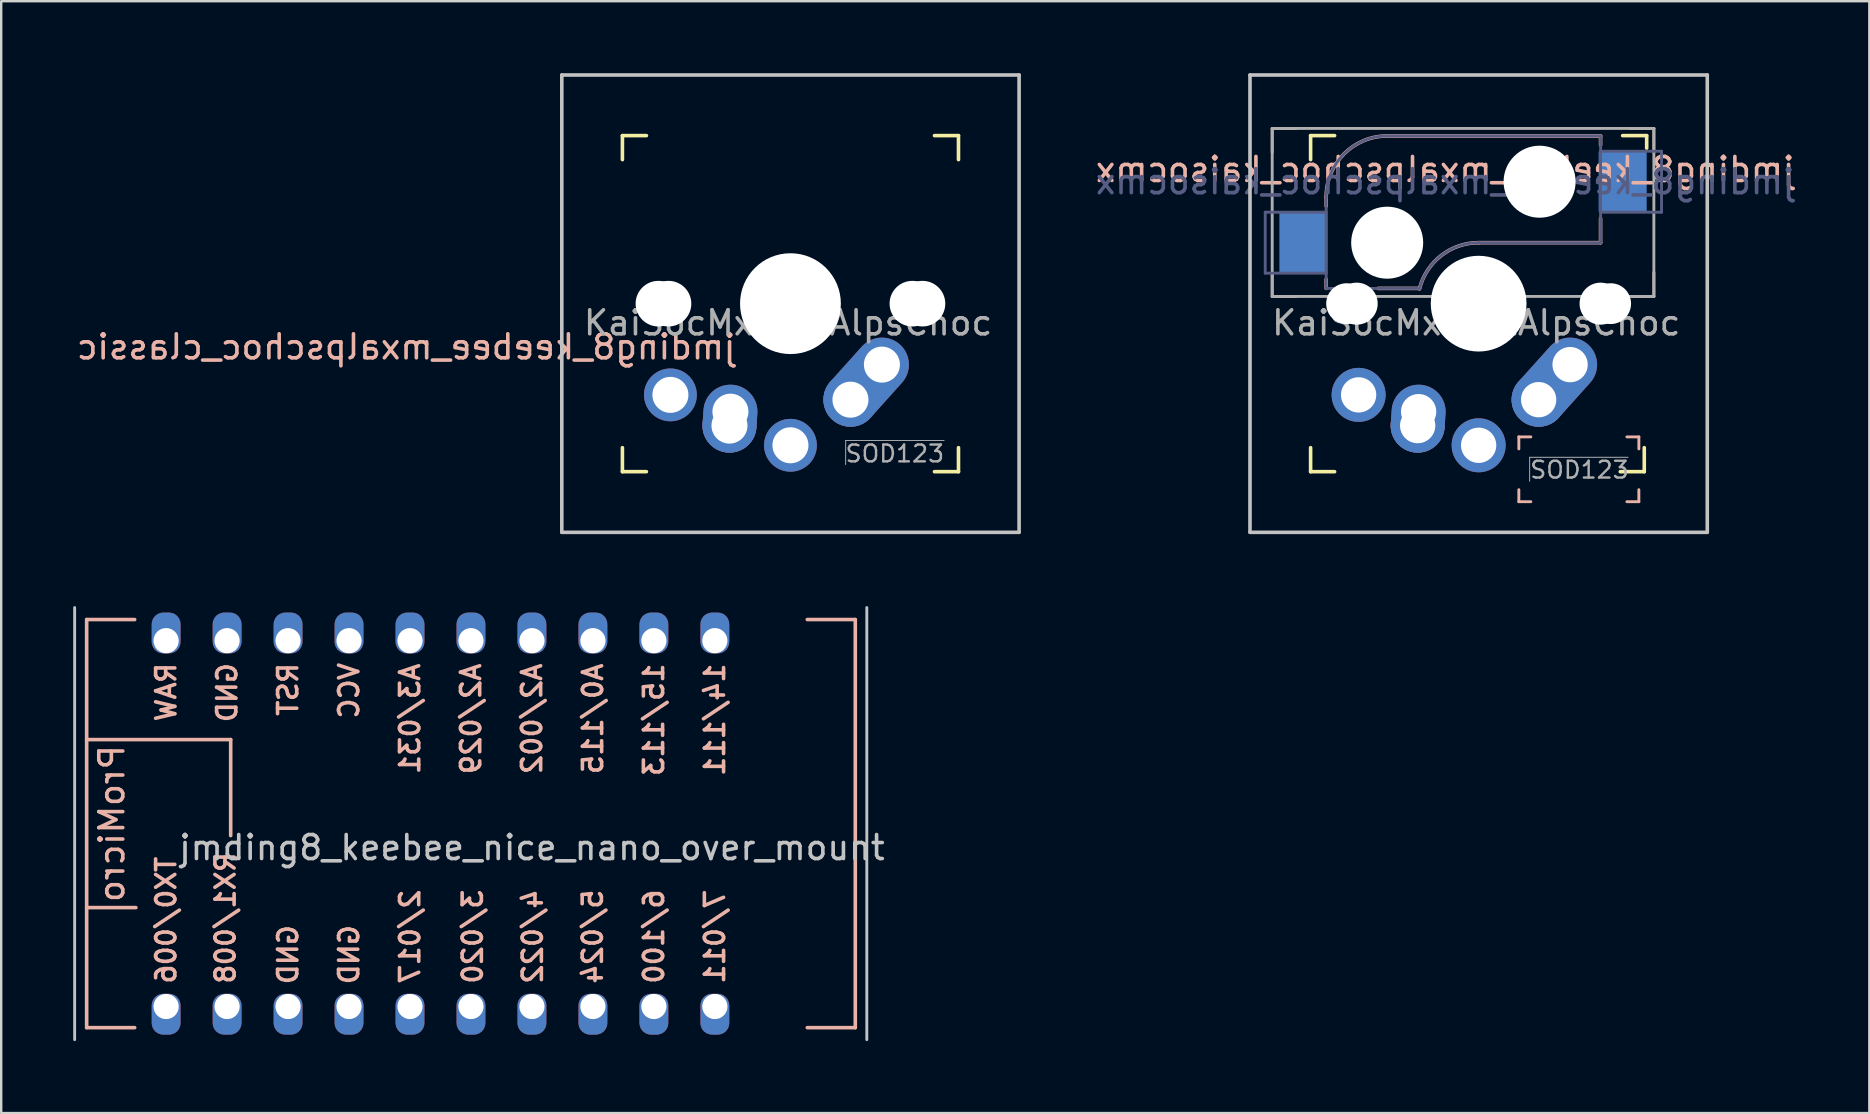
<source format=kicad_pcb>
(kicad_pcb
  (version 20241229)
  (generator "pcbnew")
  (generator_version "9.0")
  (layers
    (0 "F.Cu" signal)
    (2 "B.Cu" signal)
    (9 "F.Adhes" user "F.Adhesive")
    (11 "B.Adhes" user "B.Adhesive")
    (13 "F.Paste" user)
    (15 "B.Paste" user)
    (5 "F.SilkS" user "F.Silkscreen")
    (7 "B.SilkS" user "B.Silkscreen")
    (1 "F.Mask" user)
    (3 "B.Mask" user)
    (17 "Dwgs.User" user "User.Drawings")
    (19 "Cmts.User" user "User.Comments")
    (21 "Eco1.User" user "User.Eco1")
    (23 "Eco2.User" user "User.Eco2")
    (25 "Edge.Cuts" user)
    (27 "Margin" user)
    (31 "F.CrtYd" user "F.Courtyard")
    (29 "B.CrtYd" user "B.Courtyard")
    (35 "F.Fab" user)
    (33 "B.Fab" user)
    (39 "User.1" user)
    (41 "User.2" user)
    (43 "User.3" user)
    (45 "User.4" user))
  (footprint "jmding8_keebee_nice_nano_over_mount"
    (layer "F.Cu")
    (at 19.11 31.26)
    (property "Reference" "jmding8_keebee_nice_nano_over_mount" (at 0 1 0) (layer "Dwgs.User") (effects (font (size 1 1) (thickness 0.15))))
    (attr through_hole)
    (fp_line (start -18.55 -8.5) (end -18.55 8.5) (stroke (width 0.15) (type solid)) (layer "B.SilkS"))
    (fp_line (start -18.55 -3.5) (end -12.55 -3.5) (stroke (width 0.15) (type solid)) (layer "B.SilkS"))
    (fp_line (start -18.55 8.5) (end -16.55 8.5) (stroke (width 0.15) (type solid)) (layer "B.SilkS"))
    (fp_line (start -16.55 -8.5) (end -18.55 -8.5) (stroke (width 0.15) (type solid)) (layer "B.SilkS"))
    (fp_line (start -16.5 3.5) (end -18.55 3.5) (stroke (width 0.15) (type solid)) (layer "B.SilkS"))
    (fp_line (start -12.55 -3.5) (end -12.55 0.5) (stroke (width 0.15) (type solid)) (layer "B.SilkS"))
    (fp_line (start 11.47 8.5) (end 13.47 8.5) (stroke (width 0.15) (type solid)) (layer "B.SilkS"))
    (fp_line (start 13.47 -8.5) (end 11.47 -8.5) (stroke (width 0.15) (type solid)) (layer "B.SilkS"))
    (fp_line (start 13.47 -8.5) (end 13.47 8.5) (stroke (width 0.15) (type solid)) (layer "B.SilkS"))
    (fp_line (start -19.05 -9) (end -19.05 9) (stroke (width 0.12) (type solid)) (layer "Dwgs.User"))
    (fp_line (start 13.95 -9) (end 13.95 9) (stroke (width 0.12) (type solid)) (layer "Dwgs.User"))
    (fp_text user "6/100" (at 5.08 6.75 90) (layer "B.SilkS") (effects (font (size 0.8 0.8) (thickness 0.15)) (justify right mirror)))
    (fp_text user "5/024" (at 2.53 6.75 90) (layer "B.SilkS") (effects (font (size 0.8 0.8) (thickness 0.15)) (justify right mirror)))
    (fp_text user "15/113" (at 5.08 -6.75 90) (layer "B.SilkS") (effects (font (size 0.8 0.8) (thickness 0.15)) (justify left mirror)))
    (fp_text user "TX0/006" (at -15.24 6.75 90) (layer "B.SilkS") (effects (font (size 0.8 0.8) (thickness 0.15)) (justify right mirror)))
    (fp_text user "14/111" (at 7.62 -6.75 90) (layer "B.SilkS") (effects (font (size 0.8 0.8) (thickness 0.15)) (justify left mirror)))
    (fp_text user "VCC" (at -7.62 -5.537 90) (layer "B.SilkS") (effects (font (size 0.8 0.8) (thickness 0.15)) (justify mirror)))
    (fp_text user "2/017" (at -5.08 6.75 90) (layer "B.SilkS") (effects (font (size 0.8 0.8) (thickness 0.15)) (justify right mirror)))
    (fp_text user "A2/002" (at 0 -6.75 90) (layer "B.SilkS") (effects (font (size 0.8 0.8) (thickness 0.15)) (justify left mirror)))
    (fp_text user "GND" (at -7.62 5.461 90) (layer "B.SilkS") (effects (font (size 0.8 0.8) (thickness 0.15)) (justify mirror)))
    (fp_text user "4/022" (at 0.03 6.75 90) (layer "B.SilkS") (effects (font (size 0.8 0.8) (thickness 0.15)) (justify right mirror)))
    (fp_text user "RAW" (at -15.24 -5.474 90) (layer "B.SilkS") (effects (font (size 0.8 0.8) (thickness 0.15)) (justify mirror)))
    (fp_text user "3/020" (at -2.47 6.75 90) (layer "B.SilkS") (effects (font (size 0.8 0.8) (thickness 0.15)) (justify right mirror)))
    (fp_text user "RX1/008" (at -12.77 6.75 90) (layer "B.SilkS") (effects (font (size 0.8 0.8) (thickness 0.15)) (justify right mirror)))
    (fp_text user "GND" (at -10.16 5.461 90) (layer "B.SilkS") (effects (font (size 0.8 0.8) (thickness 0.15)) (justify mirror)))
    (fp_text user "A2/029" (at -2.54 -6.75 90) (layer "B.SilkS") (effects (font (size 0.8 0.8) (thickness 0.15)) (justify left mirror)))
    (fp_text user "ProMicro" (at -17.5 0 270) (layer "B.SilkS") (effects (font (size 1 1) (thickness 0.15)) (justify mirror)))
    (fp_text user "A3/031" (at -5.08 -6.75 90) (layer "B.SilkS") (effects (font (size 0.8 0.8) (thickness 0.15)) (justify left mirror)))
    (fp_text user "A0/115" (at 2.54 -6.75 90) (layer "B.SilkS") (effects (font (size 0.8 0.8) (thickness 0.15)) (justify left mirror)))
    (fp_text user "RST" (at -10.16 -5.588 90) (layer "B.SilkS") (effects (font (size 0.8 0.8) (thickness 0.15)) (justify mirror)))
    (fp_text user "7/011" (at 7.62 6.75 90) (layer "B.SilkS") (effects (font (size 0.8 0.8) (thickness 0.15)) (justify right mirror)))
    (fp_text user "GND" (at -12.7 -5.455 90) (layer "B.SilkS") (effects (font (size 0.8 0.8) (thickness 0.15)) (justify mirror)))
    (pad "1" thru_hole roundrect (at -15.24 7.62) (size 1.2 1.7) (drill 1.05 (offset 0 0.32)) (layers "*.Cu" "*.Mask") (roundrect_rratio 0.4))
    (pad "2" thru_hole roundrect (at -12.7 7.62) (size 1.2 1.7) (drill 1.05 (offset 0 0.32)) (layers "*.Cu" "*.Mask") (roundrect_rratio 0.4))
    (pad "3" thru_hole roundrect (at -10.16 7.62) (size 1.2 1.7) (drill 1.05 (offset 0 0.32)) (layers "*.Cu" "*.Mask") (roundrect_rratio 0.4))
    (pad "4" thru_hole roundrect (at -7.62 7.62) (size 1.2 1.7) (drill 1.05 (offset 0 0.32)) (layers "*.Cu" "*.Mask") (roundrect_rratio 0.4))
    (pad "5" thru_hole roundrect (at -5.08 7.62) (size 1.2 1.7) (drill 1.05 (offset 0 0.32)) (layers "*.Cu" "*.Mask") (roundrect_rratio 0.4))
    (pad "6" thru_hole roundrect (at -2.54 7.62) (size 1.2 1.7) (drill 1.05 (offset 0 0.32)) (layers "*.Cu" "*.Mask") (roundrect_rratio 0.4))
    (pad "7" thru_hole roundrect (at 0 7.62) (size 1.2 1.7) (drill 1.05 (offset 0 0.32)) (layers "*.Cu" "*.Mask") (roundrect_rratio 0.4))
    (pad "8" thru_hole roundrect (at 2.54 7.62) (size 1.2 1.7) (drill 1.05 (offset 0 0.32)) (layers "*.Cu" "*.Mask") (roundrect_rratio 0.4))
    (pad "9" thru_hole roundrect (at 5.08 7.62) (size 1.2 1.7) (drill 1.05 (offset 0 0.32)) (layers "*.Cu" "*.Mask") (roundrect_rratio 0.4))
    (pad "10" thru_hole roundrect (at 7.62 7.62) (size 1.2 1.7) (drill 1.05 (offset 0 0.32)) (layers "*.Cu" "*.Mask") (roundrect_rratio 0.4))
    (pad "15" thru_hole roundrect (at 7.62 -7.62) (size 1.2 1.7) (drill 1.05 (offset 0 -0.32)) (layers "*.Cu" "*.Mask") (roundrect_rratio 0.4))
    (pad "16" thru_hole roundrect (at 5.08 -7.62) (size 1.2 1.7) (drill 1.05 (offset 0 -0.32)) (layers "*.Cu" "*.Mask") (roundrect_rratio 0.4))
    (pad "17" thru_hole roundrect (at 2.54 -7.62) (size 1.2 1.7) (drill 1.05 (offset 0 -0.32)) (layers "*.Cu" "*.Mask") (roundrect_rratio 0.4))
    (pad "18" thru_hole roundrect (at 0 -7.62) (size 1.2 1.7) (drill 1.05 (offset 0 -0.32)) (layers "*.Cu" "*.Mask") (roundrect_rratio 0.4))
    (pad "19" thru_hole roundrect (at -2.54 -7.62) (size 1.2 1.7) (drill 1.05 (offset 0 -0.32)) (layers "*.Cu" "*.Mask") (roundrect_rratio 0.4))
    (pad "20" thru_hole roundrect (at -5.08 -7.62) (size 1.2 1.7) (drill 1.05 (offset 0 -0.32)) (layers "*.Cu" "*.Mask") (roundrect_rratio 0.4))
    (pad "21" thru_hole roundrect (at -7.62 -7.62) (size 1.2 1.7) (drill 1.05 (offset 0 -0.32)) (layers "*.Cu" "*.Mask") (roundrect_rratio 0.4))
    (pad "22" thru_hole roundrect (at -10.16 -7.62) (size 1.2 1.7) (drill 1.05 (offset 0 -0.32)) (layers "*.Cu" "*.Mask") (roundrect_rratio 0.4))
    (pad "23" thru_hole roundrect (at -12.7 -7.62) (size 1.2 1.7) (drill 1.05 (offset 0 -0.32)) (layers "*.Cu" "*.Mask") (roundrect_rratio 0.4))
    (pad "24" thru_hole roundrect (at -15.24 -7.62) (size 1.2 1.7) (drill 1.05 (offset 0 -0.32)) (layers "*.Cu" "*.Mask") (roundrect_rratio 0.4)))
  (footprint "jmding8_keebee_mxalpschoc_kaisocmx"
    (layer "F.Cu")
    (at 58.548 9.6)
    (property "Reference" "jmding8_keebee_mxalpschoc_kaisocmx" (at -1.397 -5.588 0) (layer "B.SilkS") (effects (font (size 1 1) (thickness 0.15)) (justify mirror)))
    (attr through_hole)
    (fp_line (start -7 -6) (end -7 -7) (stroke (width 0.15) (type solid)) (layer "F.SilkS"))
    (fp_line (start -7 7) (end -7 6) (stroke (width 0.15) (type solid)) (layer "F.SilkS"))
    (fp_line (start -7 7) (end -6 7) (stroke (width 0.15) (type solid)) (layer "F.SilkS"))
    (fp_line (start -6 -7) (end -7 -7) (stroke (width 0.15) (type solid)) (layer "F.SilkS"))
    (fp_line (start 5.9 7) (end 6.9 7) (stroke (width 0.15) (type solid)) (layer "F.SilkS"))
    (fp_line (start 6.9 6) (end 6.9 7) (stroke (width 0.15) (type solid)) (layer "F.SilkS"))
    (fp_line (start 7 -7) (end 6 -7) (stroke (width 0.15) (type solid)) (layer "F.SilkS"))
    (fp_line (start 7 -7) (end 7 -6.477) (stroke (width 0.15) (type solid)) (layer "F.SilkS"))
    (fp_line (start -8.6 -7.3) (end -8.6 -6.3) (stroke (width 0.12) (type solid)) (layer "B.SilkS"))
    (fp_line (start -8.6 -7.3) (end -7.6 -7.3) (stroke (width 0.12) (type solid)) (layer "B.SilkS"))
    (fp_line (start -8.6 -0.3) (end -8.6 -1.3) (stroke (width 0.12) (type solid)) (layer "B.SilkS"))
    (fp_line (start -8.6 -0.3) (end -7.6 -0.3) (stroke (width 0.12) (type solid)) (layer "B.SilkS"))
    (fp_line (start -6.35 -4.445) (end -6.35 -4.064) (stroke (width 0.15) (type solid)) (layer "B.SilkS"))
    (fp_line (start -6.35 -1.016) (end -6.35 -0.635) (stroke (width 0.15) (type solid)) (layer "B.SilkS"))
    (fp_line (start -3.81 -6.985) (end 5.08 -6.985) (stroke (width 0.15) (type solid)) (layer "B.SilkS"))
    (fp_line (start -2.464 -0.635) (end -4.191 -0.635) (stroke (width 0.15) (type solid)) (layer "B.SilkS"))
    (fp_line (start 1.675 5.55) (end 1.675 6.05) (stroke (width 0.12) (type solid)) (layer "B.SilkS"))
    (fp_line (start 1.675 8.25) (end 1.675 7.75) (stroke (width 0.12) (type solid)) (layer "B.SilkS"))
    (fp_line (start 1.675 8.25) (end 2.175 8.25) (stroke (width 0.12) (type solid)) (layer "B.SilkS"))
    (fp_line (start 2.175 5.55) (end 1.675 5.55) (stroke (width 0.12) (type solid)) (layer "B.SilkS"))
    (fp_line (start 5.08 -6.985) (end 5.08 -6.604) (stroke (width 0.15) (type solid)) (layer "B.SilkS"))
    (fp_line (start 5.08 -3.556) (end 5.08 -2.54) (stroke (width 0.15) (type solid)) (layer "B.SilkS"))
    (fp_line (start 5.08 -2.54) (end 0 -2.54) (stroke (width 0.15) (type solid)) (layer "B.SilkS"))
    (fp_line (start 6.175 5.55) (end 6.675 5.55) (stroke (width 0.12) (type solid)) (layer "B.SilkS"))
    (fp_line (start 6.175 8.25) (end 6.675 8.25) (stroke (width 0.12) (type solid)) (layer "B.SilkS"))
    (fp_line (start 6.675 5.55) (end 6.675 6.05) (stroke (width 0.12) (type solid)) (layer "B.SilkS"))
    (fp_line (start 6.675 7.75) (end 6.675 8.25) (stroke (width 0.12) (type solid)) (layer "B.SilkS"))
    (fp_line (start 7.3 -7.3) (end 6.3 -7.3) (stroke (width 0.12) (type solid)) (layer "B.SilkS"))
    (fp_line (start 7.3 -7.3) (end 7.3 -6.3) (stroke (width 0.12) (type solid)) (layer "B.SilkS"))
    (fp_line (start 7.3 -0.3) (end 6.4 -0.3) (stroke (width 0.12) (type solid)) (layer "B.SilkS"))
    (fp_line (start 7.3 -0.3) (end 7.3 -1.3) (stroke (width 0.12) (type solid)) (layer "B.SilkS"))
    (fp_arc (start -6.35 -4.445) (mid -5.606051 -6.241051) (end -3.81 -6.985) (stroke (width 0.15) (type solid)) (layer "B.SilkS"))
    (fp_arc (start -2.464162 -0.61604) (mid -1.563147 -2.002042) (end 0 -2.54) (stroke (width 0.15) (type solid)) (layer "B.SilkS"))
    (fp_line (start -9.525 -9.525) (end 9.525 -9.525) (stroke (width 0.15) (type solid)) (layer "Dwgs.User"))
    (fp_line (start -9.525 9.525) (end -9.525 -9.525) (stroke (width 0.15) (type solid)) (layer "Dwgs.User"))
    (fp_line (start 9.525 -9.525) (end 9.525 9.525) (stroke (width 0.15) (type solid)) (layer "Dwgs.User"))
    (fp_line (start 9.525 9.525) (end -9.525 9.525) (stroke (width 0.15) (type solid)) (layer "Dwgs.User"))
    (fp_line (start -8.89 -3.81) (end -6.35 -3.81) (stroke (width 0.12) (type solid)) (layer "B.Fab"))
    (fp_line (start -8.89 -1.27) (end -8.89 -3.81) (stroke (width 0.12) (type solid)) (layer "B.Fab"))
    (fp_line (start -6.35 -1.27) (end -8.89 -1.27) (stroke (width 0.12) (type solid)) (layer "B.Fab"))
    (fp_line (start -6.35 -0.635) (end -6.35 -4.445) (stroke (width 0.12) (type solid)) (layer "B.Fab"))
    (fp_line (start -6.35 -0.635) (end -2.54 -0.635) (stroke (width 0.12) (type solid)) (layer "B.Fab"))
    (fp_line (start -3.81 -6.985) (end 5.08 -6.985) (stroke (width 0.12) (type solid)) (layer "B.Fab"))
    (fp_line (start 5.08 -6.985) (end 5.08 -2.54) (stroke (width 0.12) (type solid)) (layer "B.Fab"))
    (fp_line (start 5.08 -6.35) (end 7.62 -6.35) (stroke (width 0.12) (type solid)) (layer "B.Fab"))
    (fp_line (start 5.08 -2.54) (end 0 -2.54) (stroke (width 0.12) (type solid)) (layer "B.Fab"))
    (fp_line (start 7.62 -6.35) (end 7.62 -3.81) (stroke (width 0.12) (type solid)) (layer "B.Fab"))
    (fp_line (start 7.62 -3.81) (end 5.08 -3.81) (stroke (width 0.12) (type solid)) (layer "B.Fab"))
    (fp_arc (start -6.35 -4.445) (mid -5.606051 -6.241051) (end -3.81 -6.985) (stroke (width 0.12) (type solid)) (layer "B.Fab"))
    (fp_arc (start -2.464162 -0.61604) (mid -1.563147 -2.002042) (end 0 -2.54) (stroke (width 0.12) (type solid)) (layer "B.Fab"))
    (fp_line (start -8.6 -7.3) (end -8.6 -0.3) (stroke (width 0.12) (type solid)) (layer "F.Fab"))
    (fp_line (start -8.6 -7.3) (end 7.3 -7.3) (stroke (width 0.12) (type solid)) (layer "F.Fab"))
    (fp_line (start -8.6 -0.3) (end 7.3 -0.3) (stroke (width 0.12) (type solid)) (layer "F.Fab"))
    (fp_line (start 2.125 6.4) (end 2.125 7.4) (stroke (width 0.04) (type solid)) (layer "F.Fab"))
    (fp_line (start 2.125 6.4) (end 6.225 6.4) (stroke (width 0.04) (type solid)) (layer "F.Fab"))
    (fp_line (start 7.3 -0.3) (end 7.3 -7.3) (stroke (width 0.12) (type solid)) (layer "F.Fab"))
    (fp_text user "${REFERENCE}" (at -1.397 -5.08 0) (layer "B.Fab") (effects (font (size 1 1) (thickness 0.15)) (justify mirror)))
    (fp_text user "KaiSocMx-MxAlpsChoc" (at -0.1 0.8 0) (layer "F.Fab") (effects (font (size 1 1) (thickness 0.15))))
    (fp_text user "SOD123" (at 4.2 6.925 0) (layer "F.Fab") (effects (font (size 0.7 0.7) (thickness 0.1))))
    (pad "" np_thru_hole circle (at -5.5 0 228.1) (size 1.7 1.7) (drill 1.7) (layers "*.Cu" "*.Mask"))
    (pad "" np_thru_hole circle (at -5.08 0 228.1) (size 1.75 1.75) (drill 1.75) (layers "*.Cu" "*.Mask"))
    (pad "" np_thru_hole circle (at -3.81 -2.54) (size 3 3) (drill 3) (layers "*.Cu" "*.Mask"))
    (pad "" np_thru_hole circle (at 0 0 180) (size 3.988 3.988) (drill 3.988) (layers "*.Cu" "*.Mask"))
    (pad "" np_thru_hole circle (at 2.54 -5.08) (size 3 3) (drill 3) (layers "*.Cu" "*.Mask"))
    (pad "" np_thru_hole circle (at 5.08 0 228.1) (size 1.75 1.75) (drill 1.75) (layers "*.Cu" "*.Mask"))
    (pad "" np_thru_hole circle (at 5.5 0 228.1) (size 1.7 1.7) (drill 1.7) (layers "*.Cu" "*.Mask"))
    (pad "1" smd rect (at -7.3 -2.54) (size 2 2.5) (layers "B.Cu" "B.Mask" "B.Paste"))
    (pad "1" thru_hole circle (at -5 3.8 180) (size 2.25 2.25) (drill 1.47) (layers "*.Cu" "*.Mask"))
    (pad "1" thru_hole circle (at -2.54 5.08 180) (size 2.25 2.25) (drill 1.47) (layers "*.Cu" "*.Mask"))
    (pad "1" thru_hole oval (at -2.5 4.5 266.1) (size 2.831 2.25) (drill 1.47 (offset 0.291 0)) (layers "*.Cu" "*.Mask"))
    (pad "2" thru_hole circle (at 0 5.9 180) (size 2.25 2.25) (drill 1.47) (layers "*.Cu" "*.Mask"))
    (pad "2" thru_hole circle (at 2.5 4 180) (size 2.25 2.25) (drill 1.47) (layers "*.Cu" "*.Mask"))
    (pad "2" thru_hole oval (at 3.81 2.54 228.1) (size 4.212 2.25) (drill 1.47 (offset 0.981 0)) (layers "*.Cu" "*.Mask"))
    (pad "2" smd rect (at 6 -5.08) (size 2 2.5) (layers "B.Cu" "B.Mask" "B.Paste")))
  (footprint "jmding8_keebee_mxalpschoc_classic"
    (layer "F.Cu")
    (at 29.879 9.6)
    (property "Reference" "jmding8_keebee_mxalpschoc_classic" (at -2.2 1.8 0) (layer "B.SilkS") (effects (font (size 1 1) (thickness 0.15)) (justify left mirror)))
    (attr through_hole)
    (fp_line (start -7 -7) (end -7 -6) (stroke (width 0.15) (type solid)) (layer "F.SilkS"))
    (fp_line (start -7 -7) (end -6 -7) (stroke (width 0.15) (type solid)) (layer "F.SilkS"))
    (fp_line (start -7 7) (end -7 6) (stroke (width 0.15) (type solid)) (layer "F.SilkS"))
    (fp_line (start -7 7) (end -6 7) (stroke (width 0.15) (type solid)) (layer "F.SilkS"))
    (fp_line (start 6 -7) (end 7 -7) (stroke (width 0.15) (type solid)) (layer "F.SilkS"))
    (fp_line (start 6 7) (end 7 7) (stroke (width 0.15) (type solid)) (layer "F.SilkS"))
    (fp_line (start 7 -7) (end 7 -6) (stroke (width 0.15) (type solid)) (layer "F.SilkS"))
    (fp_line (start 7 6) (end 7 7) (stroke (width 0.15) (type solid)) (layer "F.SilkS"))
    (fp_line (start -9.525 -9.525) (end 9.525 -9.525) (stroke (width 0.15) (type solid)) (layer "Dwgs.User"))
    (fp_line (start -9.525 9.525) (end -9.525 -9.525) (stroke (width 0.15) (type solid)) (layer "Dwgs.User"))
    (fp_line (start 9.525 -9.525) (end 9.525 9.525) (stroke (width 0.15) (type solid)) (layer "Dwgs.User"))
    (fp_line (start 9.525 9.525) (end -9.525 9.525) (stroke (width 0.15) (type solid)) (layer "Dwgs.User"))
    (fp_line (start 2.3 5.7) (end 2.3 6.7) (stroke (width 0.04) (type solid)) (layer "F.Fab"))
    (fp_line (start 2.3 5.7) (end 6.4 5.7) (stroke (width 0.04) (type solid)) (layer "F.Fab"))
    (fp_text user "SOD123" (at 4.35 6.25 0) (layer "F.Fab") (effects (font (size 0.7 0.7) (thickness 0.1))))
    (fp_text user "KaiSocMx-MxAlpsChoc" (at -0.1 0.8 0) (layer "F.Fab") (effects (font (size 1 1) (thickness 0.15))))
    (pad "" np_thru_hole circle (at -5.5 0 228.1) (size 1.9 1.9) (drill 1.9) (layers "*.Cu" "*.Mask"))
    (pad "" np_thru_hole circle (at -5.08 0 228.1) (size 1.9 1.9) (drill 1.9) (layers "*.Cu" "*.Mask"))
    (pad "" np_thru_hole circle (at 0 0 180) (size 4.2 4.2) (drill 4.2) (layers "*.Cu" "*.Mask"))
    (pad "" np_thru_hole circle (at 5.08 0 228.1) (size 1.9 1.9) (drill 1.9) (layers "*.Cu" "*.Mask"))
    (pad "" np_thru_hole circle (at 5.5 0 228.1) (size 1.9 1.9) (drill 1.9) (layers "*.Cu" "*.Mask"))
    (pad "1" thru_hole circle (at -5 3.8 180) (size 2.2 2.2) (drill 1.5) (layers "*.Cu" "*.Mask"))
    (pad "1" thru_hole circle (at -2.54 5.08 180) (size 2.25 2.25) (drill 1.5) (layers "*.Cu" "*.Mask"))
    (pad "1" thru_hole oval (at -2.5 4.5 266.1) (size 2.831 2.25) (drill 1.5 (offset 0.291 0)) (layers "*.Cu" "*.Mask"))
    (pad "2" thru_hole circle (at 0 5.9 180) (size 2.2 2.2) (drill 1.5) (layers "*.Cu" "*.Mask"))
    (pad "2" thru_hole circle (at 2.5 4 180) (size 2.25 2.25) (drill 1.5) (layers "*.Cu" "*.Mask"))
    (pad "2" thru_hole oval (at 3.81 2.54 228.1) (size 4.212 2.25) (drill 1.5 (offset 0.981 0)) (layers "*.Cu" "*.Mask")))
  (gr_rect
    (start -3 -3)
    (end 74.824 43.32)
    (stroke (width 0.1) (type default))
    (fill no)
    (layer "Edge.Cuts")))
</source>
